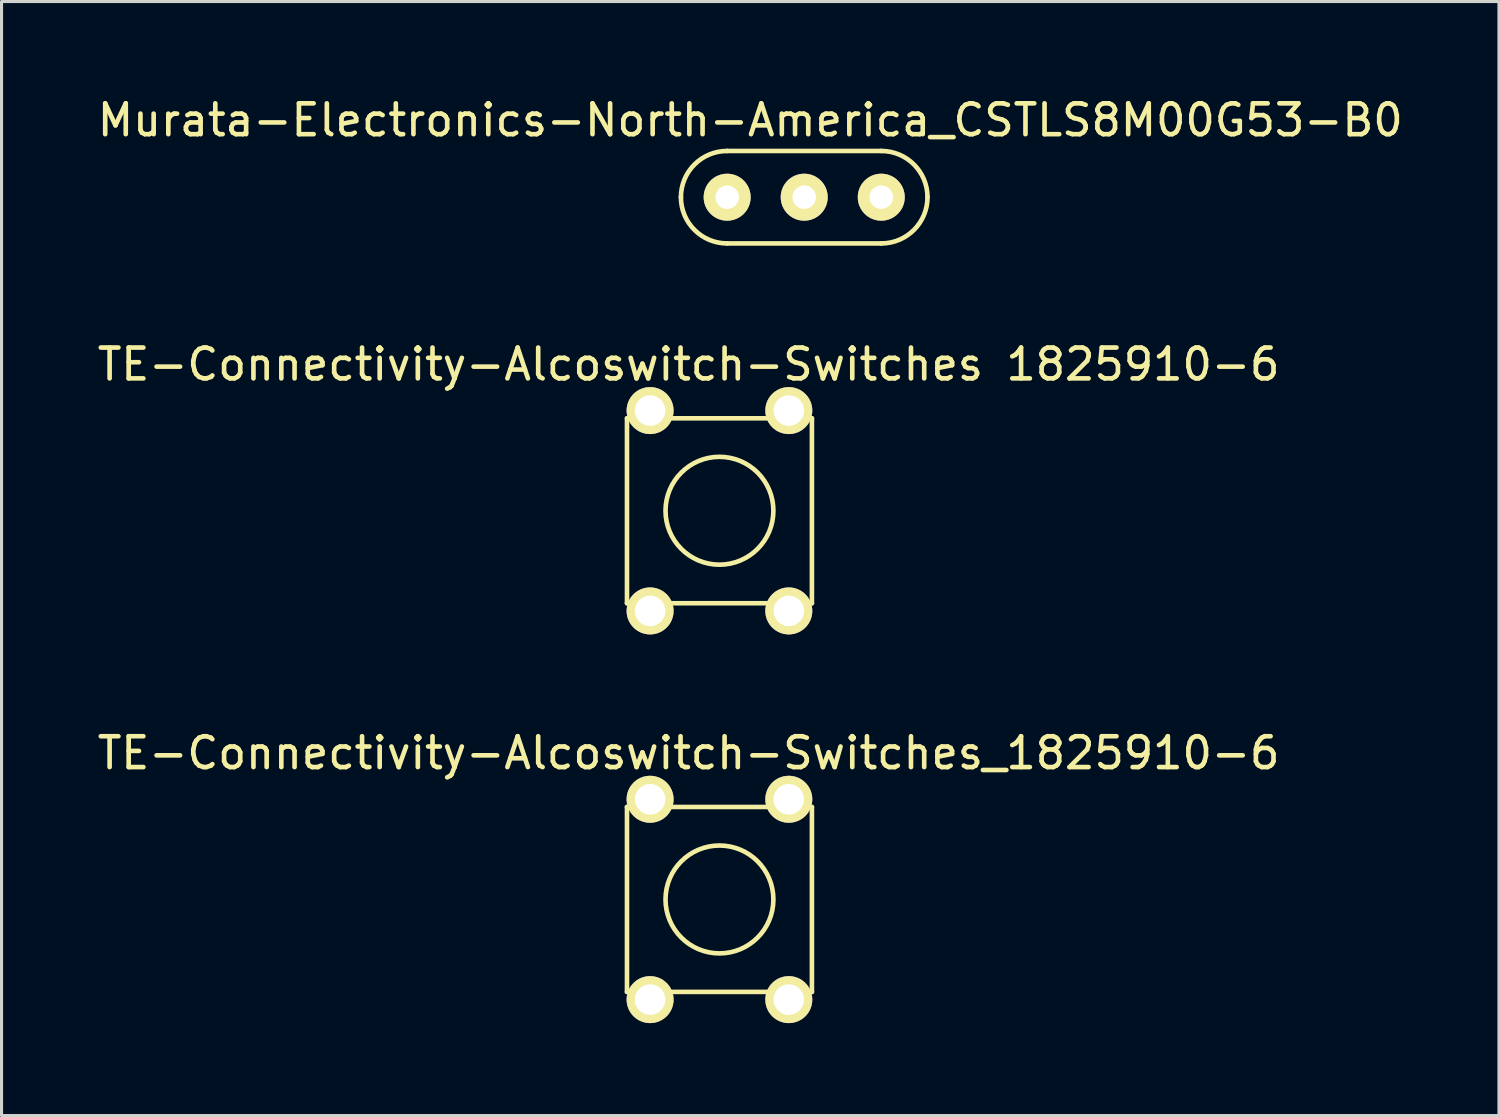
<source format=kicad_pcb>
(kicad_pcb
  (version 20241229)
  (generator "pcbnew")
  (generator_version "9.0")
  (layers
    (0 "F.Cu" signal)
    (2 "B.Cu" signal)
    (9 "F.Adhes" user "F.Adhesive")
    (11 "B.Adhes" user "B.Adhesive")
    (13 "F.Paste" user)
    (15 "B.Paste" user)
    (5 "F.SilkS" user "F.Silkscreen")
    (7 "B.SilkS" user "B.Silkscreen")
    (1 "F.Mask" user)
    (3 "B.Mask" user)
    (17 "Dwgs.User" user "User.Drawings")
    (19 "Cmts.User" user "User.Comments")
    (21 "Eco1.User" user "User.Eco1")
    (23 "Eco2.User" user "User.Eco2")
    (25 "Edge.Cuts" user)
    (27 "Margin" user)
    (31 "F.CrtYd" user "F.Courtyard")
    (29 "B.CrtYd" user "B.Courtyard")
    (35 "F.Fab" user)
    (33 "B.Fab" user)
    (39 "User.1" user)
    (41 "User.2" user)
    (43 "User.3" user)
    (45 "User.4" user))
  (footprint "TE-Connectivity-Alcoswitch-Switches 1825910-6"
    (layer "F.Cu")
    (at 18.042 10.271)
    (property "Reference" "TE-Connectivity-Alcoswitch-Switches 1825910-6" (at 1.25 -1.5 0) (layer "F.SilkS") (effects (font (size 1 1) (thickness 0.15))))
    (attr through_hole)
    (fp_line (start -0.75 0.25) (end -0.75 6.25) (stroke (width 0.15) (type solid)) (layer "F.SilkS"))
    (fp_line (start -0.75 6.25) (end 5.25 6.25) (stroke (width 0.15) (type solid)) (layer "F.SilkS"))
    (fp_line (start 5.25 0.25) (end -0.75 0.25) (stroke (width 0.15) (type solid)) (layer "F.SilkS"))
    (fp_line (start 5.25 6.25) (end 5.25 0.25) (stroke (width 0.15) (type solid)) (layer "F.SilkS"))
    (fp_circle (center 2.25 3.25) (end 4 3.25) (stroke (width 0.15) (type solid)) (fill no) (layer "F.SilkS"))
    (pad "1" thru_hole circle (at 4.5 0 90) (size 1.524 1.524) (drill 0.99) (layers "*.Cu" "*.Mask" "F.SilkS"))
    (pad "2" thru_hole circle (at 4.5 6.5 90) (size 1.524 1.524) (drill 0.99) (layers "*.Cu" "*.Mask" "F.SilkS"))
    (pad "3" thru_hole circle (at 0 0 90) (size 1.524 1.524) (drill 0.99) (layers "*.Cu" "*.Mask" "F.SilkS"))
    (pad "4" thru_hole circle (at 0 6.5 90) (size 1.524 1.524) (drill 0.99) (layers "*.Cu" "*.Mask" "F.SilkS")))
  (footprint "TE-Connectivity-Alcoswitch-Switches_1825910-6"
    (layer "F.Cu")
    (at 18.042 22.882)
    (property "Reference" "TE-Connectivity-Alcoswitch-Switches_1825910-6" (at 1.25 -1.5 0) (layer "F.SilkS") (effects (font (size 1 1) (thickness 0.15))))
    (attr through_hole)
    (fp_line (start -0.75 0.25) (end -0.75 6.25) (stroke (width 0.15) (type solid)) (layer "F.SilkS"))
    (fp_line (start -0.75 6.25) (end 5.25 6.25) (stroke (width 0.15) (type solid)) (layer "F.SilkS"))
    (fp_line (start 5.25 0.25) (end -0.75 0.25) (stroke (width 0.15) (type solid)) (layer "F.SilkS"))
    (fp_line (start 5.25 6.25) (end 5.25 0.25) (stroke (width 0.15) (type solid)) (layer "F.SilkS"))
    (fp_circle (center 2.25 3.25) (end 4 3.25) (stroke (width 0.15) (type solid)) (fill no) (layer "F.SilkS"))
    (pad "1" thru_hole circle (at 4.5 0 90) (size 1.524 1.524) (drill 0.99) (layers "*.Cu" "*.Mask" "F.SilkS"))
    (pad "2" thru_hole circle (at 4.5 6.5 90) (size 1.524 1.524) (drill 0.99) (layers "*.Cu" "*.Mask" "F.SilkS"))
    (pad "3" thru_hole circle (at 0 0 90) (size 1.524 1.524) (drill 0.99) (layers "*.Cu" "*.Mask" "F.SilkS"))
    (pad "4" thru_hole circle (at 0 6.5 90) (size 1.524 1.524) (drill 0.99) (layers "*.Cu" "*.Mask" "F.SilkS")))
  (footprint "Murata-Electronics-North-America_CSTLS8M00G53-B0"
    (layer "F.Cu")
    (at 20.542 3.348)
    (property "Reference" "Murata-Electronics-North-America_CSTLS8M00G53-B0" (at 0.75 -2.5 0) (layer "F.SilkS") (effects (font (size 1 1) (thickness 0.15))))
    (attr through_hole)
    (fp_line (start 0 1.5) (end 5 1.5) (stroke (width 0.15) (type solid)) (layer "F.SilkS"))
    (fp_line (start 5 -1.5) (end 0 -1.5) (stroke (width 0.15) (type solid)) (layer "F.SilkS"))
    (fp_arc (start -1.5 0) (mid -1.06066 -1.06066) (end 0 -1.5) (stroke (width 0.15) (type solid)) (layer "F.SilkS"))
    (fp_arc (start 0 1.5) (mid -1.06066 1.06066) (end -1.5 0) (stroke (width 0.15) (type solid)) (layer "F.SilkS"))
    (fp_arc (start 5 -1.5) (mid 6.06066 -1.06066) (end 6.5 0) (stroke (width 0.15) (type solid)) (layer "F.SilkS"))
    (fp_arc (start 6.5 0) (mid 6.06066 1.06066) (end 5 1.5) (stroke (width 0.15) (type solid)) (layer "F.SilkS"))
    (pad "1" thru_hole circle (at 0 0) (size 1.524 1.524) (drill 0.762) (layers "*.Cu" "*.Mask" "F.SilkS"))
    (pad "2" thru_hole circle (at 2.5 0) (size 1.524 1.524) (drill 0.762) (layers "*.Cu" "*.Mask" "F.SilkS"))
    (pad "3" thru_hole circle (at 5 0) (size 1.524 1.524) (drill 0.762) (layers "*.Cu" "*.Mask" "F.SilkS")))
  (gr_rect
    (start -3 -3)
    (end 45.583 33.144)
    (stroke (width 0.1) (type default))
    (fill no)
    (layer "Edge.Cuts")))
</source>
